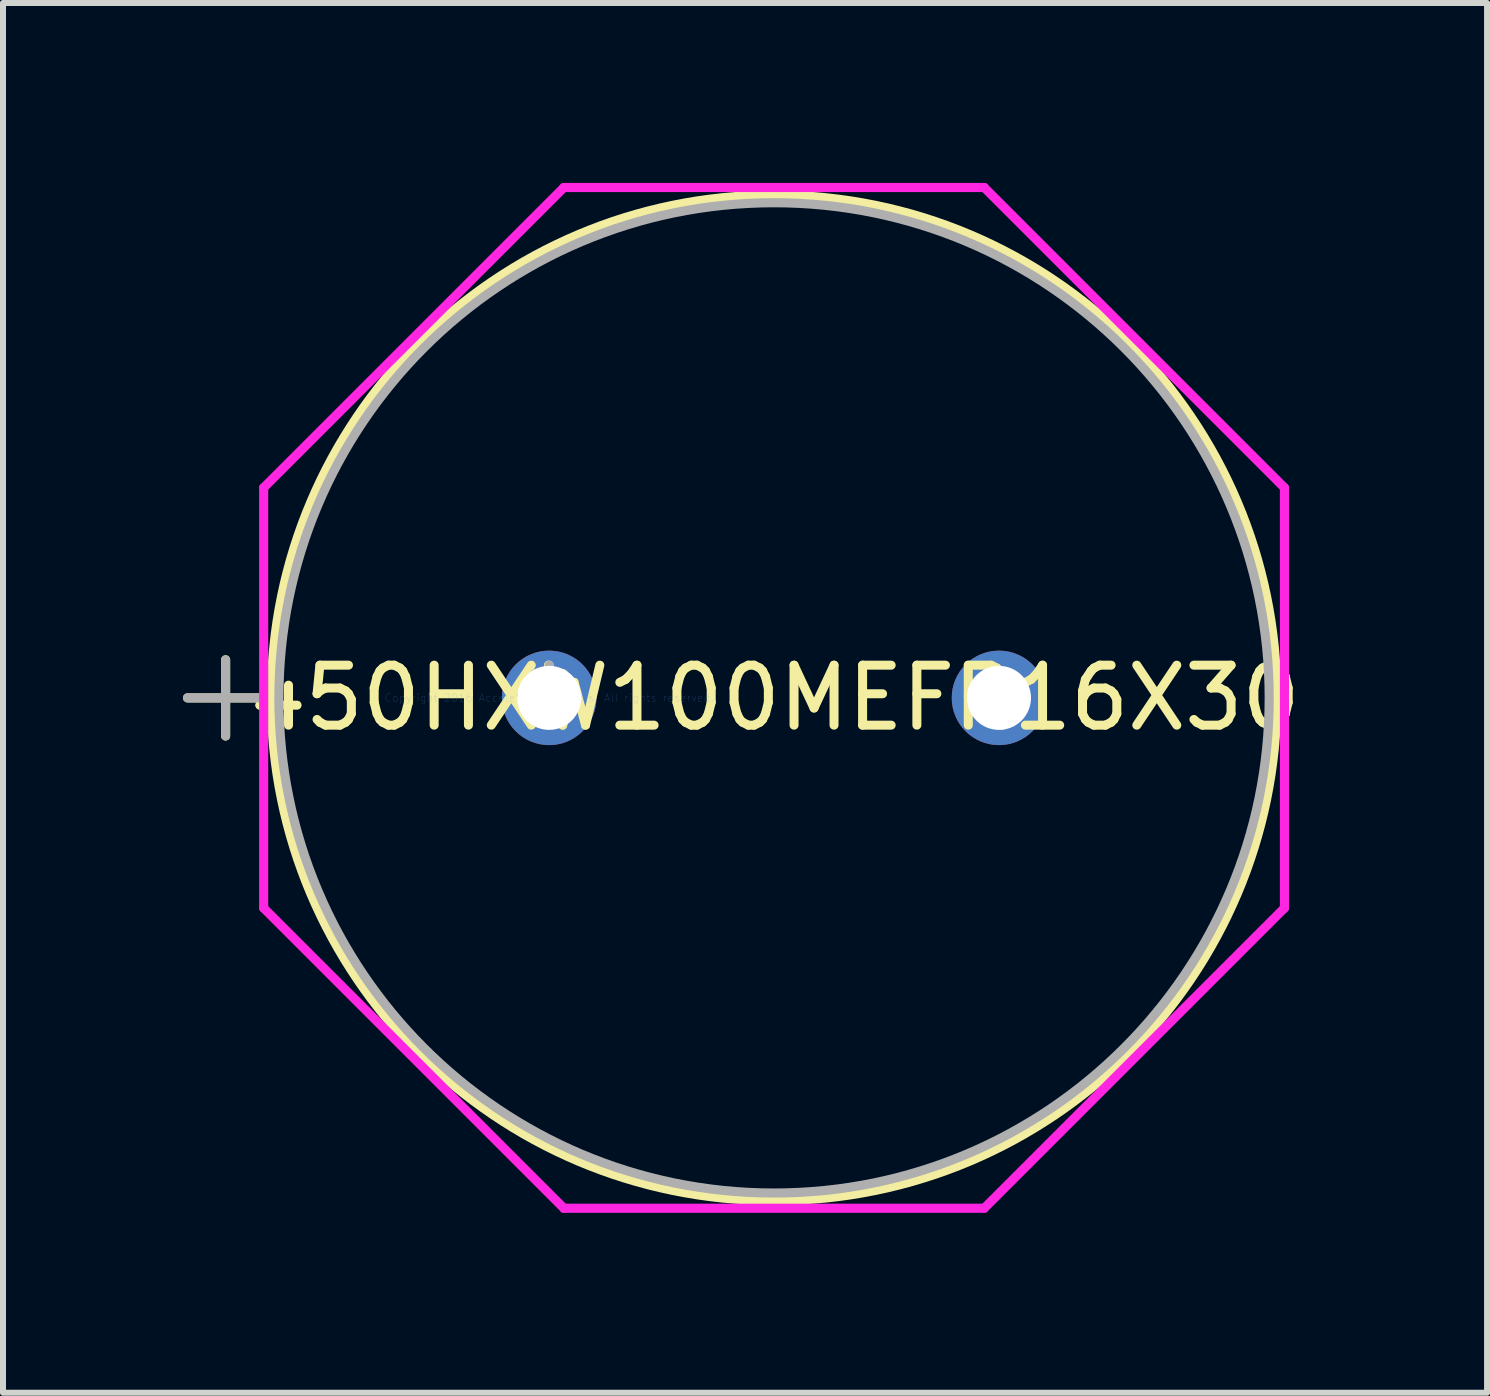
<source format=kicad_pcb>
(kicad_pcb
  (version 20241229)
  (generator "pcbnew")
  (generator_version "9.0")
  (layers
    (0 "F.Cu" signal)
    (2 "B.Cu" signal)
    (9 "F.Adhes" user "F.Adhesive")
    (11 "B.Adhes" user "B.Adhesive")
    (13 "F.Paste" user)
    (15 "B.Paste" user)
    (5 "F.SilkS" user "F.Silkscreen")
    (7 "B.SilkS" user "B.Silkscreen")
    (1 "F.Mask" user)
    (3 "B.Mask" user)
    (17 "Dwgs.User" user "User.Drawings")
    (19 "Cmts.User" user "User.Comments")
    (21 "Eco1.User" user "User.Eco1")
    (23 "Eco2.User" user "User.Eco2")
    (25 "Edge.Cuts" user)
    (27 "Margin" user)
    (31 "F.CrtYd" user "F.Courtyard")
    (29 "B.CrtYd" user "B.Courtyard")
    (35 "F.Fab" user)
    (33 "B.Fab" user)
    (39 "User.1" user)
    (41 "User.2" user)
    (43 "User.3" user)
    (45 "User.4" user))
  (footprint "450HXW100MEFR16X30"
    (layer "F.Cu")
    (at 6.105 8.585)
    (property "Reference" "450HXW100MEFR16X30" (at 3.75 0 0) (layer "F.SilkS") (effects (font (size 1 1) (thickness 0.15))))
    (attr through_hole)
    (fp_line (start -6.029 0) (end -4.759 0) (stroke (width 0.152) (type solid)) (layer "F.SilkS"))
    (fp_line (start -5.394 -0.635) (end -5.394 0.635) (stroke (width 0.152) (type solid)) (layer "F.SilkS"))
    (fp_circle (center 3.75 0) (end 12.132 0) (stroke (width 0.152) (type solid)) (fill no) (layer "F.SilkS"))
    (fp_line (start -4.759 -3.504) (end 0.246 -8.509) (stroke (width 0.152) (type solid)) (layer "F.CrtYd"))
    (fp_line (start -4.759 3.504) (end -4.759 -3.504) (stroke (width 0.152) (type solid)) (layer "F.CrtYd"))
    (fp_line (start 0.246 -8.509) (end 7.254 -8.509) (stroke (width 0.152) (type solid)) (layer "F.CrtYd"))
    (fp_line (start 0.246 8.509) (end -4.759 3.504) (stroke (width 0.152) (type solid)) (layer "F.CrtYd"))
    (fp_line (start 7.254 -8.509) (end 12.259 -3.504) (stroke (width 0.152) (type solid)) (layer "F.CrtYd"))
    (fp_line (start 7.254 8.509) (end 0.246 8.509) (stroke (width 0.152) (type solid)) (layer "F.CrtYd"))
    (fp_line (start 12.259 -3.504) (end 12.259 3.504) (stroke (width 0.152) (type solid)) (layer "F.CrtYd"))
    (fp_line (start 12.259 3.504) (end 7.254 8.509) (stroke (width 0.152) (type solid)) (layer "F.CrtYd"))
    (fp_line (start -6.029 0) (end -4.759 0) (stroke (width 0.152) (type solid)) (layer "F.Fab"))
    (fp_line (start -5.394 -0.635) (end -5.394 0.635) (stroke (width 0.152) (type solid)) (layer "F.Fab"))
    (fp_circle (center 3.75 0) (end 12.005 0) (stroke (width 0.152) (type solid)) (fill no) (layer "F.Fab"))
    (fp_text user "*" (at 0 0 0) (layer "F.SilkS") (effects (font (size 1 1) (thickness 0.15))))
    (fp_text user "Copyright 2016 Accelerated Designs. All rights reserved." (at 0 0 0) (layer "Cmts.User") (effects (font (size 0.127 0.127) (thickness 0.002))))
    (fp_text user "*" (at 0 0 0) (layer "F.Fab") (effects (font (size 1 1) (thickness 0.15))))
    (pad "1" thru_hole circle (at 0 0) (size 1.575 1.575) (drill 1.067) (layers "*.Cu" "*.Mask"))
    (pad "2" thru_hole circle (at 7.5 0) (size 1.575 1.575) (drill 1.067) (layers "*.Cu" "*.Mask")))
  (gr_rect
    (start -3 -3)
    (end 21.742 20.17)
    (stroke (width 0.1) (type default))
    (fill no)
    (layer "Edge.Cuts")))
</source>
